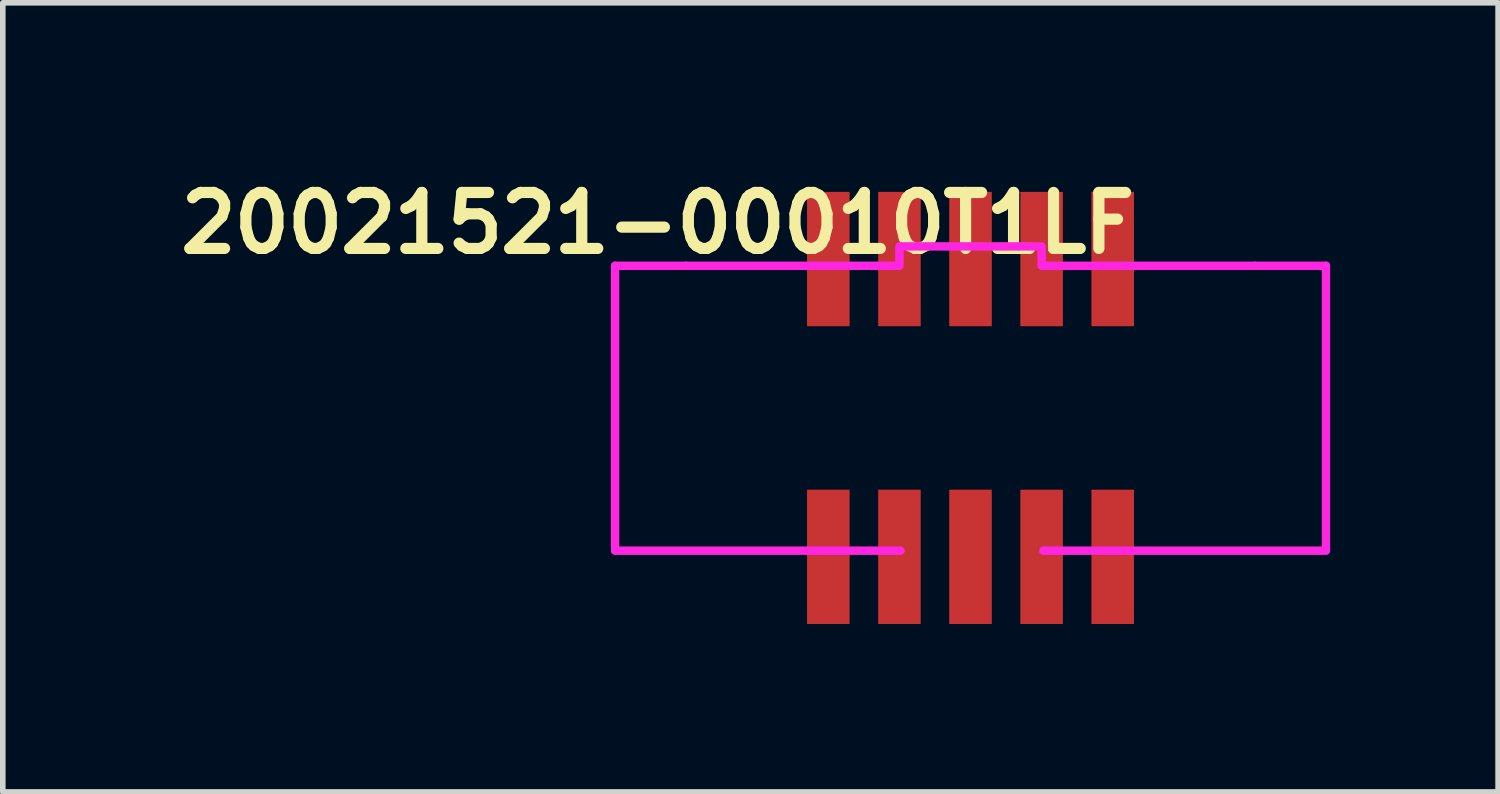
<source format=kicad_pcb>
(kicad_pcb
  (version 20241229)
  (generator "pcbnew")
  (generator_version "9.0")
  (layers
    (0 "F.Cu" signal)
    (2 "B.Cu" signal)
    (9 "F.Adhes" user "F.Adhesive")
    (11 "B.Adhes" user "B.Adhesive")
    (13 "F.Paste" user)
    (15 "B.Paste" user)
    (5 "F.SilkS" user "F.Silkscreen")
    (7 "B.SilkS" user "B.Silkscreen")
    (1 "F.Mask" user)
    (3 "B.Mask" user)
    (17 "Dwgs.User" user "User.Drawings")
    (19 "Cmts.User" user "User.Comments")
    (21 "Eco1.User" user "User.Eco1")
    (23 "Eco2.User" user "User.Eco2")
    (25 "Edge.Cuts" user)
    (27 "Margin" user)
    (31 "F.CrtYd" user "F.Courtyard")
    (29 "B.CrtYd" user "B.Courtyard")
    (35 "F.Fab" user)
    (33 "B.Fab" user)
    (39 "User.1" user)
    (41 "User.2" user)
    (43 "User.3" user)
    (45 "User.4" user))
  (footprint "20021521-00010T1LF"
    (layer "F.Cu")
    (at 14.288 4.238)
    (property "Reference" "20021521-00010T1LF" (at -5.588 -3.302 0) (layer "F.SilkS") (effects (font (size 1 1) (thickness 0.2))))
    (attr through_hole)
    (fp_line (start -6.35 -2.54) (end -6.35 2.54) (stroke (width 0.15) (type solid)) (layer "F.CrtYd"))
    (fp_line (start -6.35 -2.54) (end -5.08 -2.54) (stroke (width 0.15) (type solid)) (layer "F.CrtYd"))
    (fp_line (start -6.35 2.55) (end -1.25 2.55) (stroke (width 0.15) (type solid)) (layer "F.CrtYd"))
    (fp_line (start -5.08 -2.54) (end -1.27 -2.54) (stroke (width 0.15) (type solid)) (layer "F.CrtYd"))
    (fp_line (start -1.27 -2.886) (end 1.27 -2.886) (stroke (width 0.15) (type solid)) (layer "F.CrtYd"))
    (fp_line (start -1.27 -2.84) (end -1.27 -2.586) (stroke (width 0.15) (type solid)) (layer "F.CrtYd"))
    (fp_line (start 1.27 -2.586) (end 1.27 -2.84) (stroke (width 0.15) (type solid)) (layer "F.CrtYd"))
    (fp_line (start 1.27 -2.54) (end 5.08 -2.54) (stroke (width 0.15) (type solid)) (layer "F.CrtYd"))
    (fp_line (start 6.35 -2.54) (end 5.08 -2.54) (stroke (width 0.15) (type solid)) (layer "F.CrtYd"))
    (fp_line (start 6.35 2.54) (end 6.35 -2.54) (stroke (width 0.15) (type solid)) (layer "F.CrtYd"))
    (fp_line (start 6.35 2.55) (end 1.3 2.55) (stroke (width 0.15) (type solid)) (layer "F.CrtYd"))
    (pad "1" smd rect (at -2.54 2.66) (size 0.76 2.4) (layers "F.Cu" "F.Mask" "F.Paste"))
    (pad "2" smd rect (at -2.54 -2.66) (size 0.76 2.4) (layers "F.Cu" "F.Mask" "F.Paste"))
    (pad "3" smd rect (at -1.27 2.66) (size 0.76 2.4) (layers "F.Cu" "F.Mask" "F.Paste"))
    (pad "4" smd rect (at -1.27 -2.66) (size 0.76 2.4) (layers "F.Cu" "F.Mask" "F.Paste"))
    (pad "5" smd rect (at 0 2.66 180) (size 0.76 2.4) (layers "F.Cu" "F.Mask" "F.Paste"))
    (pad "6" smd rect (at 0 -2.66) (size 0.76 2.4) (layers "F.Cu" "F.Mask" "F.Paste"))
    (pad "7" smd rect (at 1.27 2.66) (size 0.76 2.4) (layers "F.Cu" "F.Mask" "F.Paste"))
    (pad "8" smd rect (at 1.27 -2.66) (size 0.76 2.4) (layers "F.Cu" "F.Mask" "F.Paste"))
    (pad "9" smd rect (at 2.54 2.66) (size 0.76 2.4) (layers "F.Cu" "F.Mask" "F.Paste"))
    (pad "10" smd rect (at 2.54 -2.66) (size 0.76 2.4) (layers "F.Cu" "F.Mask" "F.Paste")))
  (gr_rect
    (start -3 -3)
    (end 23.713 11.098)
    (stroke (width 0.1) (type default))
    (fill no)
    (layer "Edge.Cuts")))
</source>
